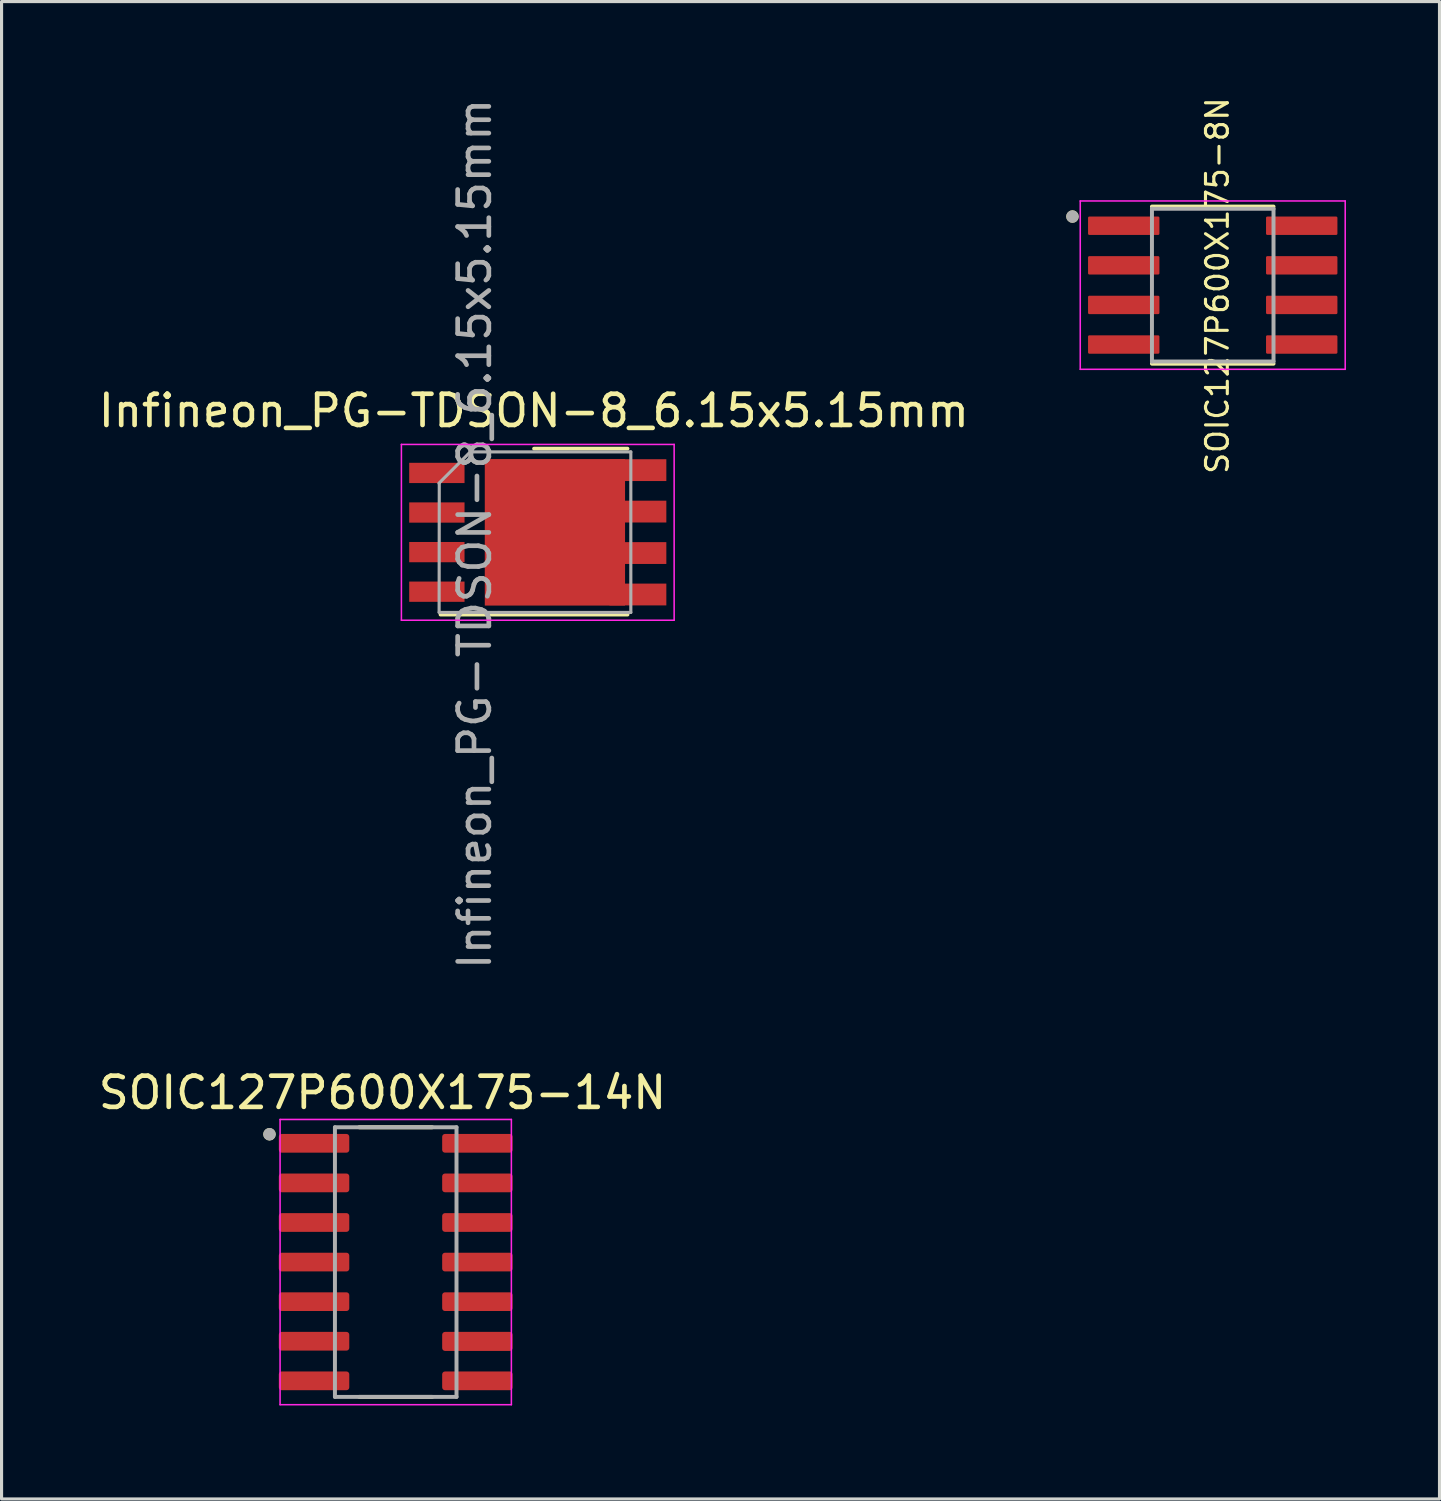
<source format=kicad_pcb>
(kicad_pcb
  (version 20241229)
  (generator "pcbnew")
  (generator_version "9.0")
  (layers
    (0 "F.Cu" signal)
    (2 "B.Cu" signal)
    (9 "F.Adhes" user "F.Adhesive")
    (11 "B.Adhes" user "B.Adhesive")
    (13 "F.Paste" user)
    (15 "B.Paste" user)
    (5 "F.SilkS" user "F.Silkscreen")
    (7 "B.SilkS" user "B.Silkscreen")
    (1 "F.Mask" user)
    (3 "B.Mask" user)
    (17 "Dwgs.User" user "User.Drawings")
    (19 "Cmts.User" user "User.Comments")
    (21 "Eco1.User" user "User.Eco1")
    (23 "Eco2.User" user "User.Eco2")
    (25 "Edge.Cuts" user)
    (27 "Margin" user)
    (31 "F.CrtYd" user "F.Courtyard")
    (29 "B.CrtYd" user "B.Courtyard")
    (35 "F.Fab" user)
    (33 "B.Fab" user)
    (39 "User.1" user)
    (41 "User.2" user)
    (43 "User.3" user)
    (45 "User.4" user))
  (footprint "SOIC127P600X175-14N"
    (layer "F.Cu")
    (at 9.645 37.438)
    (property "Reference" "SOIC127P600X175-14N" (at -0.425 -5.435 0) (layer "F.SilkS") (effects (font (size 1 1) (thickness 0.15))))
    (attr smd)
    (fp_line (start -1.17 -4.325) (end 1.17 -4.325) (stroke (width 0.127) (type solid)) (layer "F.SilkS"))
    (fp_line (start -1.17 4.325) (end 1.17 4.325) (stroke (width 0.127) (type solid)) (layer "F.SilkS"))
    (fp_circle (center -4.05 -4.1) (end -3.95 -4.1) (stroke (width 0.2) (type solid)) (fill no) (layer "F.SilkS"))
    (fp_line (start -3.71 -4.575) (end 3.71 -4.575) (stroke (width 0.05) (type solid)) (layer "F.CrtYd"))
    (fp_line (start -3.71 4.575) (end -3.71 -4.575) (stroke (width 0.05) (type solid)) (layer "F.CrtYd"))
    (fp_line (start 3.71 -4.575) (end 3.71 4.575) (stroke (width 0.05) (type solid)) (layer "F.CrtYd"))
    (fp_line (start 3.71 4.575) (end -3.71 4.575) (stroke (width 0.05) (type solid)) (layer "F.CrtYd"))
    (fp_line (start -1.95 -4.325) (end 1.95 -4.325) (stroke (width 0.127) (type solid)) (layer "F.Fab"))
    (fp_line (start -1.95 4.325) (end -1.95 -4.325) (stroke (width 0.127) (type solid)) (layer "F.Fab"))
    (fp_line (start 1.95 -4.325) (end 1.95 4.325) (stroke (width 0.127) (type solid)) (layer "F.Fab"))
    (fp_line (start 1.95 4.325) (end -1.95 4.325) (stroke (width 0.127) (type solid)) (layer "F.Fab"))
    (fp_circle (center -4.05 -4.1) (end -3.95 -4.1) (stroke (width 0.2) (type solid)) (fill no) (layer "F.Fab"))
    (pad "1" smd roundrect (at -2.62 -3.81) (size 2.26 0.6) (layers "F.Cu" "F.Mask" "F.Paste") (roundrect_rratio 0.15))
    (pad "2" smd roundrect (at -2.62 -2.54) (size 2.26 0.6) (layers "F.Cu" "F.Mask" "F.Paste") (roundrect_rratio 0.15))
    (pad "3" smd roundrect (at -2.62 -1.27) (size 2.26 0.6) (layers "F.Cu" "F.Mask" "F.Paste") (roundrect_rratio 0.15))
    (pad "4" smd roundrect (at -2.62 0) (size 2.26 0.6) (layers "F.Cu" "F.Mask" "F.Paste") (roundrect_rratio 0.15))
    (pad "5" smd roundrect (at -2.62 1.27) (size 2.26 0.6) (layers "F.Cu" "F.Mask" "F.Paste") (roundrect_rratio 0.15))
    (pad "6" smd roundrect (at -2.62 2.54) (size 2.26 0.6) (layers "F.Cu" "F.Mask" "F.Paste") (roundrect_rratio 0.15))
    (pad "7" smd roundrect (at -2.62 3.81) (size 2.26 0.6) (layers "F.Cu" "F.Mask" "F.Paste") (roundrect_rratio 0.15))
    (pad "8" smd roundrect (at 2.62 3.81) (size 2.26 0.6) (layers "F.Cu" "F.Mask" "F.Paste") (roundrect_rratio 0.15))
    (pad "9" smd roundrect (at 2.62 2.545) (size 2.26 0.61) (layers "F.Cu" "F.Mask" "F.Paste") (roundrect_rratio 0.15))
    (pad "10" smd roundrect (at 2.62 1.27) (size 2.26 0.6) (layers "F.Cu" "F.Mask" "F.Paste") (roundrect_rratio 0.15))
    (pad "11" smd roundrect (at 2.62 0) (size 2.26 0.6) (layers "F.Cu" "F.Mask" "F.Paste") (roundrect_rratio 0.15))
    (pad "12" smd roundrect (at 2.62 -1.27) (size 2.26 0.6) (layers "F.Cu" "F.Mask" "F.Paste") (roundrect_rratio 0.15))
    (pad "13" smd roundrect (at 2.62 -2.54) (size 2.26 0.6) (layers "F.Cu" "F.Mask" "F.Paste") (roundrect_rratio 0.15))
    (pad "14" smd roundrect (at 2.62 -3.81) (size 2.26 0.6) (layers "F.Cu" "F.Mask" "F.Paste") (roundrect_rratio 0.15)))
  (footprint "SOIC127P600X175-8N"
    (layer "F.Cu")
    (at 35.855 6.097)
    (property "Reference" "SOIC127P600X175-8N" (at 0.149 0.017 270) (layer "F.SilkS") (effects (font (size 0.7 0.7) (thickness 0.1))))
    (attr smd)
    (fp_line (start -1.95 -2.52) (end 1.95 -2.52) (stroke (width 0.127) (type solid)) (layer "F.SilkS"))
    (fp_line (start -1.95 2.52) (end 1.95 2.52) (stroke (width 0.127) (type solid)) (layer "F.SilkS"))
    (fp_circle (center -4.5 -2.2) (end -4.4 -2.2) (stroke (width 0.2) (type solid)) (fill no) (layer "F.SilkS"))
    (fp_line (start -4.25 -2.7) (end -4.25 2.7) (stroke (width 0.05) (type solid)) (layer "F.CrtYd"))
    (fp_line (start -4.25 -2.7) (end 4.25 -2.7) (stroke (width 0.05) (type solid)) (layer "F.CrtYd"))
    (fp_line (start -4.25 2.7) (end 4.25 2.7) (stroke (width 0.05) (type solid)) (layer "F.CrtYd"))
    (fp_line (start 4.25 -2.7) (end 4.25 2.7) (stroke (width 0.05) (type solid)) (layer "F.CrtYd"))
    (fp_line (start -1.95 -2.45) (end -1.95 2.45) (stroke (width 0.127) (type solid)) (layer "F.Fab"))
    (fp_line (start -1.95 -2.45) (end 1.95 -2.45) (stroke (width 0.127) (type solid)) (layer "F.Fab"))
    (fp_line (start -1.95 2.45) (end 1.95 2.45) (stroke (width 0.127) (type solid)) (layer "F.Fab"))
    (fp_line (start 1.95 -2.45) (end 1.95 2.45) (stroke (width 0.127) (type solid)) (layer "F.Fab"))
    (fp_circle (center -4.5 -2.2) (end -4.4 -2.2) (stroke (width 0.2) (type solid)) (fill no) (layer "F.Fab"))
    (pad "1" smd roundrect (at -2.855 -1.905) (size 2.29 0.59) (layers "F.Cu" "F.Mask" "F.Paste") (roundrect_rratio 0.07))
    (pad "2" smd roundrect (at -2.855 -0.635) (size 2.29 0.59) (layers "F.Cu" "F.Mask" "F.Paste") (roundrect_rratio 0.07))
    (pad "3" smd roundrect (at -2.855 0.635) (size 2.29 0.59) (layers "F.Cu" "F.Mask" "F.Paste") (roundrect_rratio 0.07))
    (pad "4" smd roundrect (at -2.855 1.905) (size 2.29 0.59) (layers "F.Cu" "F.Mask" "F.Paste") (roundrect_rratio 0.07))
    (pad "5" smd roundrect (at 2.855 1.905) (size 2.29 0.59) (layers "F.Cu" "F.Mask" "F.Paste") (roundrect_rratio 0.07))
    (pad "6" smd roundrect (at 2.855 0.635) (size 2.29 0.59) (layers "F.Cu" "F.Mask" "F.Paste") (roundrect_rratio 0.07))
    (pad "7" smd roundrect (at 2.855 -0.635) (size 2.29 0.59) (layers "F.Cu" "F.Mask" "F.Paste") (roundrect_rratio 0.07))
    (pad "8" smd roundrect (at 2.855 -1.905) (size 2.29 0.59) (layers "F.Cu" "F.Mask" "F.Paste") (roundrect_rratio 0.07)))
  (footprint "Infineon_PG-TDSON-8_6.15x5.15mm"
    (layer "F.Cu")
    (at 14.077 14.027)
    (property "Reference" "Infineon_PG-TDSON-8_6.15x5.15mm" (at 0 -3.9 0) (layer "F.SilkS") (effects (font (size 1 1) (thickness 0.15))))
    (attr smd)
    (fp_line (start 3.005 -2.685) (end 0.005 -2.685) (stroke (width 0.12) (type solid)) (layer "F.SilkS"))
    (fp_line (start 3.005 2.64) (end -2.995 2.64) (stroke (width 0.12) (type solid)) (layer "F.SilkS"))
    (fp_line (start -4.25 -2.82) (end 4.5 -2.82) (stroke (width 0.05) (type solid)) (layer "F.CrtYd"))
    (fp_line (start -4.25 2.82) (end -4.25 -2.82) (stroke (width 0.05) (type solid)) (layer "F.CrtYd"))
    (fp_line (start 4.5 -2.82) (end 4.5 2.82) (stroke (width 0.05) (type solid)) (layer "F.CrtYd"))
    (fp_line (start 4.5 2.82) (end -4.25 2.82) (stroke (width 0.05) (type solid)) (layer "F.CrtYd"))
    (fp_line (start -3.035 -1.57) (end -3.04 2.56) (stroke (width 0.1) (type solid)) (layer "F.Fab"))
    (fp_line (start -2.045 -2.575) (end -3.045 -1.575) (stroke (width 0.1) (type solid)) (layer "F.Fab"))
    (fp_line (start -2.04 -2.58) (end 3.11 -2.58) (stroke (width 0.1) (type solid)) (layer "F.Fab"))
    (fp_line (start 3.11 -2.58) (end 3.11 2.57) (stroke (width 0.1) (type solid)) (layer "F.Fab"))
    (fp_line (start 3.11 2.57) (end -3.04 2.57) (stroke (width 0.1) (type solid)) (layer "F.Fab"))
    (fp_text user "${REFERENCE}" (at -1.9 0.05 90) (layer "F.Fab") (effects (font (size 1 1) (thickness 0.15))))
    (pad "" smd rect (at -0.8 -1.725) (size 0.9 0.9) (layers "F.Paste"))
    (pad "" smd rect (at -0.8 -0.575) (size 0.9 0.9) (layers "F.Paste"))
    (pad "" smd rect (at -0.8 0.575) (size 0.9 0.9) (layers "F.Paste"))
    (pad "" smd rect (at -0.8 1.725) (size 0.9 0.9) (layers "F.Paste"))
    (pad "" smd rect (at 0.425 -1.725) (size 0.9 0.9) (layers "F.Paste"))
    (pad "" smd rect (at 0.425 -0.575) (size 0.9 0.9) (layers "F.Paste"))
    (pad "" smd rect (at 0.425 0.575) (size 0.9 0.9) (layers "F.Paste"))
    (pad "" smd rect (at 0.425 1.725) (size 0.9 0.9) (layers "F.Paste"))
    (pad "" smd rect (at 1.625 -1.725) (size 0.9 0.9) (layers "F.Paste"))
    (pad "" smd rect (at 1.625 -0.575) (size 0.9 0.9) (layers "F.Paste"))
    (pad "" smd rect (at 1.625 0.575) (size 0.9 0.9) (layers "F.Paste"))
    (pad "" smd rect (at 1.625 1.725) (size 0.9 0.9) (layers "F.Paste"))
    (pad "1" smd rect (at -3.112 -1.905) (size 1.775 0.65) (layers "F.Cu" "F.Mask" "F.Paste"))
    (pad "2" smd rect (at -3.112 -0.635) (size 1.775 0.65) (layers "F.Cu" "F.Mask" "F.Paste"))
    (pad "3" smd rect (at -3.112 0.635) (size 1.775 0.65) (layers "F.Cu" "F.Mask" "F.Paste"))
    (pad "4" smd rect (at -3.112 1.905) (size 1.775 0.65) (layers "F.Cu" "F.Mask" "F.Paste"))
    (pad "5" smd rect (at 0.675 0) (size 4.5 4.7) (layers "F.Cu" "F.Mask"))
    (pad "5" smd rect (at 3.337 -1.995) (size 1.825 0.7) (layers "F.Cu" "F.Mask" "F.Paste"))
    (pad "5" smd rect (at 3.337 -0.665) (size 1.825 0.7) (layers "F.Cu" "F.Mask" "F.Paste"))
    (pad "5" smd rect (at 3.337 0.665) (size 1.825 0.7) (layers "F.Cu" "F.Mask" "F.Paste"))
    (pad "5" smd rect (at 3.337 1.995) (size 1.825 0.7) (layers "F.Cu" "F.Mask" "F.Paste")))
  (gr_rect
    (start -3 -3)
    (end 43.13 45.038)
    (stroke (width 0.1) (type default))
    (fill no)
    (layer "Edge.Cuts")))
</source>
